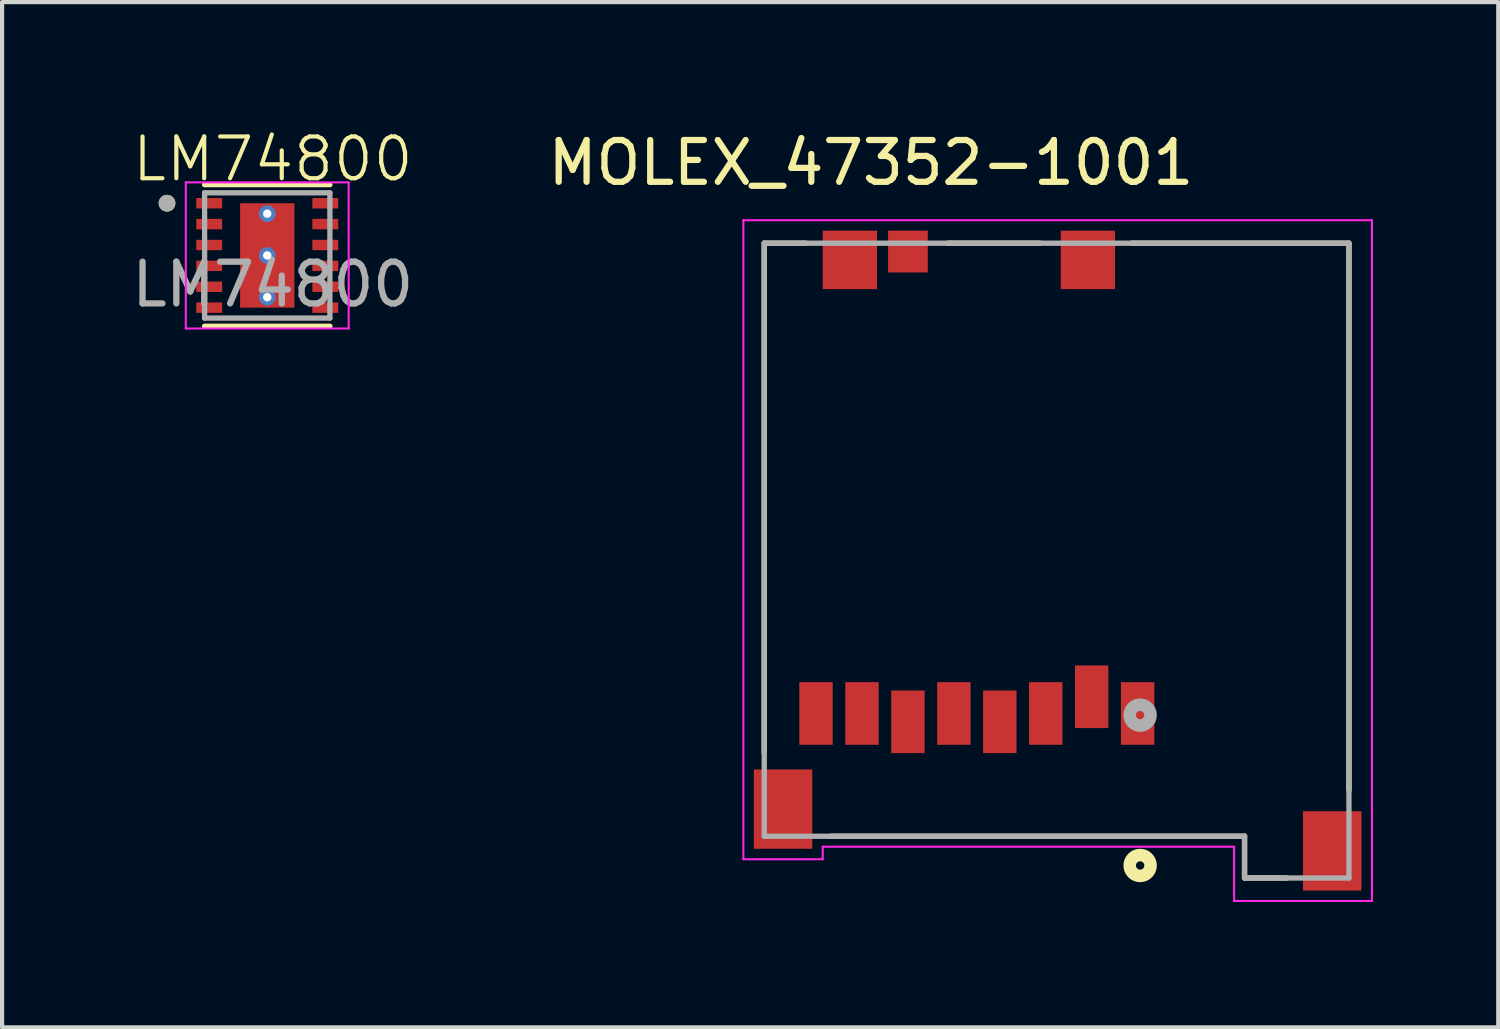
<source format=kicad_pcb>
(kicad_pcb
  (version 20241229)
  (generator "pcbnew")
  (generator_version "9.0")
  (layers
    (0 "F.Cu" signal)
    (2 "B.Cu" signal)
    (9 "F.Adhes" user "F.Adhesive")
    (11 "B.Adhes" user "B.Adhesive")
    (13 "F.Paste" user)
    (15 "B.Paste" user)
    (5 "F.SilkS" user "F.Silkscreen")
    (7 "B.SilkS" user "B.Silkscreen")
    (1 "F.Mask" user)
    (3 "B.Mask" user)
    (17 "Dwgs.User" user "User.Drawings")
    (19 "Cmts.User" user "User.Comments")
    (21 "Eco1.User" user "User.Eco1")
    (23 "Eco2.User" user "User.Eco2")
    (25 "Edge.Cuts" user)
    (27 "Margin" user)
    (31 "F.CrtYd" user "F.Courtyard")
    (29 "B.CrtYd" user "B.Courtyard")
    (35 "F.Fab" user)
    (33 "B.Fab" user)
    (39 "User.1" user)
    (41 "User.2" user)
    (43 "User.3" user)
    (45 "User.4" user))
  (footprint "LM74800"
    (layer "F.Cu")
    (at 3.482 1.26)
    (property "Reference" "LM74800" (at 0 -0.5 0) (unlocked yes) (layer "F.SilkS") (effects (font (size 1 1) (thickness 0.1))))
    (attr smd)
    (fp_line (start -1.633 0.111) (end 1.367 0.111) (stroke (width 0.127) (type solid)) (layer "F.SilkS"))
    (fp_line (start -1.633 3.501) (end 1.367 3.501) (stroke (width 0.127) (type solid)) (layer "F.SilkS"))
    (fp_circle (center -2.533 0.556) (end -2.433 0.556) (stroke (width 0.2) (type solid)) (fill no) (layer "F.SilkS"))
    (fp_poly (pts (xy 0.472 0.656) (xy 0.472 1.656) (xy 0.472 1.659) (xy 0.472 1.661) (xy 0.471 1.664) (xy 0.471 1.666) (xy 0.47 1.669) (xy 0.47 1.671) (xy 0.469 1.674) (xy 0.468 1.676) (xy 0.467 1.679) (xy 0.465 1.681) (xy 0.464 1.683) (xy 0.462 1.685) (xy 0.461 1.687) (xy 0.459 1.689) (xy 0.457 1.691) (xy 0.455 1.693) (xy 0.453 1.695) (xy 0.451 1.696) (xy 0.449 1.698) (xy 0.447 1.699) (xy 0.445 1.701) (xy 0.442 1.702) (xy 0.44 1.703) (xy 0.437 1.704) (xy 0.435 1.704) (xy 0.432 1.705) (xy 0.43 1.705) (xy 0.427 1.706) (xy 0.425 1.706) (xy 0.422 1.706) (xy -0.688 1.706) (xy -0.691 1.706) (xy -0.693 1.706) (xy -0.696 1.705) (xy -0.698 1.705) (xy -0.701 1.704) (xy -0.703 1.704) (xy -0.706 1.703) (xy -0.708 1.702) (xy -0.711 1.701) (xy -0.713 1.699) (xy -0.715 1.698) (xy -0.717 1.696) (xy -0.719 1.695) (xy -0.721 1.693) (xy -0.723 1.691) (xy -0.725 1.689) (xy -0.727 1.687) (xy -0.728 1.685) (xy -0.73 1.683) (xy -0.731 1.681) (xy -0.733 1.679) (xy -0.734 1.676) (xy -0.735 1.674) (xy -0.736 1.671) (xy -0.736 1.669) (xy -0.737 1.666) (xy -0.737 1.664) (xy -0.738 1.661) (xy -0.738 1.659) (xy -0.738 1.656) (xy -0.738 0.656) (xy -0.738 0.653) (xy -0.738 0.651) (xy -0.737 0.648) (xy -0.737 0.646) (xy -0.736 0.643) (xy -0.736 0.641) (xy -0.735 0.638) (xy -0.734 0.636) (xy -0.733 0.633) (xy -0.731 0.631) (xy -0.73 0.629) (xy -0.728 0.627) (xy -0.727 0.625) (xy -0.725 0.623) (xy -0.723 0.621) (xy -0.721 0.619) (xy -0.719 0.617) (xy -0.717 0.616) (xy -0.715 0.614) (xy -0.713 0.613) (xy -0.711 0.611) (xy -0.708 0.61) (xy -0.706 0.609) (xy -0.703 0.608) (xy -0.701 0.608) (xy -0.698 0.607) (xy -0.696 0.607) (xy -0.693 0.606) (xy -0.691 0.606) (xy -0.688 0.606) (xy 0.422 0.606) (xy 0.425 0.606) (xy 0.427 0.606) (xy 0.43 0.607) (xy 0.432 0.607) (xy 0.435 0.608) (xy 0.437 0.608) (xy 0.44 0.609) (xy 0.442 0.61) (xy 0.445 0.611) (xy 0.447 0.613) (xy 0.449 0.614) (xy 0.451 0.616) (xy 0.453 0.617) (xy 0.455 0.619) (xy 0.457 0.621) (xy 0.459 0.623) (xy 0.461 0.625) (xy 0.462 0.627) (xy 0.464 0.629) (xy 0.465 0.631) (xy 0.467 0.633) (xy 0.468 0.636) (xy 0.469 0.638) (xy 0.47 0.641) (xy 0.47 0.643) (xy 0.471 0.646) (xy 0.471 0.648) (xy 0.472 0.651) (xy 0.472 0.653) (xy 0.472 0.656)) (stroke (width 0.01) (type solid)) (fill yes) (layer "F.Paste"))
    (fp_poly (pts (xy 0.472 1.956) (xy 0.472 2.956) (xy 0.472 2.959) (xy 0.472 2.961) (xy 0.471 2.964) (xy 0.471 2.966) (xy 0.47 2.969) (xy 0.47 2.971) (xy 0.469 2.974) (xy 0.468 2.976) (xy 0.467 2.979) (xy 0.465 2.981) (xy 0.464 2.983) (xy 0.462 2.985) (xy 0.461 2.987) (xy 0.459 2.989) (xy 0.457 2.991) (xy 0.455 2.993) (xy 0.453 2.995) (xy 0.451 2.996) (xy 0.449 2.998) (xy 0.447 2.999) (xy 0.445 3.001) (xy 0.442 3.002) (xy 0.44 3.003) (xy 0.437 3.004) (xy 0.435 3.004) (xy 0.432 3.005) (xy 0.43 3.005) (xy 0.427 3.006) (xy 0.425 3.006) (xy 0.422 3.006) (xy -0.688 3.006) (xy -0.691 3.006) (xy -0.693 3.006) (xy -0.696 3.005) (xy -0.698 3.005) (xy -0.701 3.004) (xy -0.703 3.004) (xy -0.706 3.003) (xy -0.708 3.002) (xy -0.711 3.001) (xy -0.713 2.999) (xy -0.715 2.998) (xy -0.717 2.996) (xy -0.719 2.995) (xy -0.721 2.993) (xy -0.723 2.991) (xy -0.725 2.989) (xy -0.727 2.987) (xy -0.728 2.985) (xy -0.73 2.983) (xy -0.731 2.981) (xy -0.733 2.979) (xy -0.734 2.976) (xy -0.735 2.974) (xy -0.736 2.971) (xy -0.736 2.969) (xy -0.737 2.966) (xy -0.737 2.964) (xy -0.738 2.961) (xy -0.738 2.959) (xy -0.738 2.956) (xy -0.738 1.956) (xy -0.738 1.953) (xy -0.738 1.951) (xy -0.737 1.948) (xy -0.737 1.946) (xy -0.736 1.943) (xy -0.736 1.941) (xy -0.735 1.938) (xy -0.734 1.936) (xy -0.733 1.933) (xy -0.731 1.931) (xy -0.73 1.929) (xy -0.728 1.927) (xy -0.727 1.925) (xy -0.725 1.923) (xy -0.723 1.921) (xy -0.721 1.919) (xy -0.719 1.917) (xy -0.717 1.916) (xy -0.715 1.914) (xy -0.713 1.913) (xy -0.711 1.911) (xy -0.708 1.91) (xy -0.706 1.909) (xy -0.703 1.908) (xy -0.701 1.908) (xy -0.698 1.907) (xy -0.696 1.907) (xy -0.693 1.906) (xy -0.691 1.906) (xy -0.688 1.906) (xy 0.422 1.906) (xy 0.425 1.906) (xy 0.427 1.906) (xy 0.43 1.907) (xy 0.432 1.907) (xy 0.435 1.908) (xy 0.437 1.908) (xy 0.44 1.909) (xy 0.442 1.91) (xy 0.445 1.911) (xy 0.447 1.913) (xy 0.449 1.914) (xy 0.451 1.916) (xy 0.453 1.917) (xy 0.455 1.919) (xy 0.457 1.921) (xy 0.459 1.923) (xy 0.461 1.925) (xy 0.462 1.927) (xy 0.464 1.929) (xy 0.465 1.931) (xy 0.467 1.933) (xy 0.468 1.936) (xy 0.469 1.938) (xy 0.47 1.941) (xy 0.47 1.943) (xy 0.471 1.946) (xy 0.471 1.948) (xy 0.472 1.951) (xy 0.472 1.953) (xy 0.472 1.956)) (stroke (width 0.01) (type solid)) (fill yes) (layer "F.Paste"))
    (fp_line (start -2.083 0.056) (end -2.083 3.556) (stroke (width 0.05) (type solid)) (layer "F.CrtYd"))
    (fp_line (start -2.083 0.056) (end 1.817 0.056) (stroke (width 0.05) (type solid)) (layer "F.CrtYd"))
    (fp_line (start -2.083 3.556) (end 1.817 3.556) (stroke (width 0.05) (type solid)) (layer "F.CrtYd"))
    (fp_line (start 1.817 0.056) (end 1.817 3.556) (stroke (width 0.05) (type solid)) (layer "F.CrtYd"))
    (fp_line (start -1.633 0.306) (end -1.633 3.306) (stroke (width 0.127) (type solid)) (layer "F.Fab"))
    (fp_line (start -1.633 0.306) (end 1.367 0.306) (stroke (width 0.127) (type solid)) (layer "F.Fab"))
    (fp_line (start -1.633 3.306) (end 1.367 3.306) (stroke (width 0.127) (type solid)) (layer "F.Fab"))
    (fp_line (start 1.367 0.306) (end 1.367 3.306) (stroke (width 0.127) (type solid)) (layer "F.Fab"))
    (fp_circle (center -2.533 0.556) (end -2.433 0.556) (stroke (width 0.2) (type solid)) (fill no) (layer "F.Fab"))
    (fp_text user "${REFERENCE}" (at 0 2.5 0) (unlocked yes) (layer "F.Fab") (effects (font (size 1 1) (thickness 0.15))))
    (pad "1" smd roundrect (at -1.523 0.556) (size 0.62 0.25) (layers "F.Cu" "F.Mask" "F.Paste") (roundrect_rratio 0.05))
    (pad "2" smd roundrect (at -1.523 1.056) (size 0.62 0.25) (layers "F.Cu" "F.Mask" "F.Paste") (roundrect_rratio 0.05))
    (pad "3" smd roundrect (at -1.523 1.556) (size 0.62 0.25) (layers "F.Cu" "F.Mask" "F.Paste") (roundrect_rratio 0.05))
    (pad "4" smd roundrect (at -1.523 2.056) (size 0.62 0.25) (layers "F.Cu" "F.Mask" "F.Paste") (roundrect_rratio 0.05))
    (pad "5" smd roundrect (at -1.523 2.556) (size 0.62 0.25) (layers "F.Cu" "F.Mask" "F.Paste") (roundrect_rratio 0.05))
    (pad "6" smd roundrect (at -1.523 3.056) (size 0.62 0.25) (layers "F.Cu" "F.Mask" "F.Paste") (roundrect_rratio 0.05))
    (pad "7" smd roundrect (at 1.257 3.056) (size 0.62 0.25) (layers "F.Cu" "F.Mask" "F.Paste") (roundrect_rratio 0.05))
    (pad "8" smd roundrect (at 1.257 2.556) (size 0.62 0.25) (layers "F.Cu" "F.Mask" "F.Paste") (roundrect_rratio 0.05))
    (pad "9" smd roundrect (at 1.257 2.056) (size 0.62 0.25) (layers "F.Cu" "F.Mask" "F.Paste") (roundrect_rratio 0.05))
    (pad "10" smd roundrect (at 1.257 1.556) (size 0.62 0.25) (layers "F.Cu" "F.Mask" "F.Paste") (roundrect_rratio 0.05))
    (pad "11" smd roundrect (at 1.257 1.056) (size 0.62 0.25) (layers "F.Cu" "F.Mask" "F.Paste") (roundrect_rratio 0.05))
    (pad "12" smd roundrect (at 1.257 0.556) (size 0.62 0.25) (layers "F.Cu" "F.Mask" "F.Paste") (roundrect_rratio 0.05))
    (pad "13" smd rect (at -0.133 1.806) (size 1.3 2.5) (layers "F.Cu" "F.Mask"))
    (pad "14" thru_hole circle (at -0.133 0.806) (size 0.4 0.4) (drill 0.2) (layers "*.Cu"))
    (pad "15" thru_hole circle (at -0.133 1.806) (size 0.4 0.4) (drill 0.2) (layers "*.Cu"))
    (pad "16" thru_hole circle (at -0.133 2.806) (size 0.4 0.4) (drill 0.2) (layers "*.Cu")))
  (footprint "MOLEX_47352-1001"
    (layer "F.Cu")
    (at 22.249 10.373)
    (property "Reference" "MOLEX_47352-1001" (at -4.445 -9.525 0) (layer "F.SilkS") (effects (font (size 1 1) (thickness 0.15))))
    (attr smd)
    (fp_line (start -7 -7.6) (end -7 4.6) (stroke (width 0.127) (type solid)) (layer "F.SilkS"))
    (fp_line (start -6 -7.6) (end -7 -7.6) (stroke (width 0.127) (type solid)) (layer "F.SilkS"))
    (fp_line (start -5.4 6.6) (end 4.5 6.6) (stroke (width 0.127) (type solid)) (layer "F.SilkS"))
    (fp_line (start -2.6 -7.6) (end -0.4 -7.6) (stroke (width 0.127) (type solid)) (layer "F.SilkS"))
    (fp_line (start 4.5 6.6) (end 4.5 7.6) (stroke (width 0.127) (type solid)) (layer "F.SilkS"))
    (fp_line (start 4.5 7.6) (end 5.5 7.6) (stroke (width 0.127) (type solid)) (layer "F.SilkS"))
    (fp_line (start 7 -7.6) (end 1.8 -7.6) (stroke (width 0.127) (type solid)) (layer "F.SilkS"))
    (fp_line (start 7 5.5) (end 7 -7.6) (stroke (width 0.127) (type solid)) (layer "F.SilkS"))
    (fp_circle (center 2 7.3) (end 2.1 7.3) (stroke (width 0.3) (type solid)) (fill no) (layer "F.SilkS"))
    (fp_line (start -7.5 -8.15) (end 7.55 -8.15) (stroke (width 0.05) (type solid)) (layer "F.CrtYd"))
    (fp_line (start -7.5 7.15) (end -7.5 -8.15) (stroke (width 0.05) (type solid)) (layer "F.CrtYd"))
    (fp_line (start -5.6 6.85) (end -5.6 7.15) (stroke (width 0.05) (type solid)) (layer "F.CrtYd"))
    (fp_line (start -5.6 7.15) (end -7.5 7.15) (stroke (width 0.05) (type solid)) (layer "F.CrtYd"))
    (fp_line (start 4.25 6.85) (end -5.6 6.85) (stroke (width 0.05) (type solid)) (layer "F.CrtYd"))
    (fp_line (start 4.25 8.15) (end 4.25 6.85) (stroke (width 0.05) (type solid)) (layer "F.CrtYd"))
    (fp_line (start 7.55 -8.15) (end 7.55 8.15) (stroke (width 0.05) (type solid)) (layer "F.CrtYd"))
    (fp_line (start 7.55 8.15) (end 4.25 8.15) (stroke (width 0.05) (type solid)) (layer "F.CrtYd"))
    (fp_line (start -7 -7.6) (end 7 -7.6) (stroke (width 0.127) (type solid)) (layer "F.Fab"))
    (fp_line (start -7 6.6) (end -7 -7.6) (stroke (width 0.127) (type solid)) (layer "F.Fab"))
    (fp_line (start 4.5 6.6) (end -7 6.6) (stroke (width 0.127) (type solid)) (layer "F.Fab"))
    (fp_line (start 4.5 7.6) (end 4.5 6.6) (stroke (width 0.127) (type solid)) (layer "F.Fab"))
    (fp_line (start 7 -7.6) (end 7 7.6) (stroke (width 0.127) (type solid)) (layer "F.Fab"))
    (fp_line (start 7 7.6) (end 4.5 7.6) (stroke (width 0.127) (type solid)) (layer "F.Fab"))
    (fp_circle (center 2 3.7) (end 2.1 3.7) (stroke (width 0.3) (type solid)) (fill no) (layer "F.Fab"))
    (pad "1" smd rect (at 1.94 3.66 90) (size 1.5 0.8) (layers "F.Cu" "F.Mask" "F.Paste"))
    (pad "2" smd rect (at 0.84 3.26 90) (size 1.5 0.8) (layers "F.Cu" "F.Mask" "F.Paste"))
    (pad "3" smd rect (at -0.26 3.66 90) (size 1.5 0.8) (layers "F.Cu" "F.Mask" "F.Paste"))
    (pad "4" smd rect (at -1.36 3.86 90) (size 1.5 0.8) (layers "F.Cu" "F.Mask" "F.Paste"))
    (pad "5" smd rect (at -2.46 3.66 90) (size 1.5 0.8) (layers "F.Cu" "F.Mask" "F.Paste"))
    (pad "6" smd rect (at -3.56 3.86 90) (size 1.5 0.8) (layers "F.Cu" "F.Mask" "F.Paste"))
    (pad "7" smd rect (at -4.66 3.66 90) (size 1.5 0.8) (layers "F.Cu" "F.Mask" "F.Paste"))
    (pad "8" smd rect (at -5.76 3.66 90) (size 1.5 0.8) (layers "F.Cu" "F.Mask" "F.Paste"))
    (pad "S1" smd rect (at -4.95 -7.2 180) (size 1.3 1.4) (layers "F.Cu" "F.Mask" "F.Paste"))
    (pad "S2" smd rect (at 0.75 -7.2 180) (size 1.3 1.4) (layers "F.Cu" "F.Mask" "F.Paste"))
    (pad "S3" smd rect (at -6.55 5.95 90) (size 1.9 1.4) (layers "F.Cu" "F.Mask" "F.Paste"))
    (pad "S4" smd rect (at 6.6 6.95 90) (size 1.9 1.4) (layers "F.Cu" "F.Mask" "F.Paste"))
    (pad "SW" smd rect (at -3.56 -7.4 270) (size 1 0.95) (layers "F.Cu" "F.Mask" "F.Paste")))
  (gr_rect
    (start -3 -3)
    (end 32.824 21.548)
    (stroke (width 0.1) (type default))
    (fill no)
    (layer "Edge.Cuts")))
</source>
